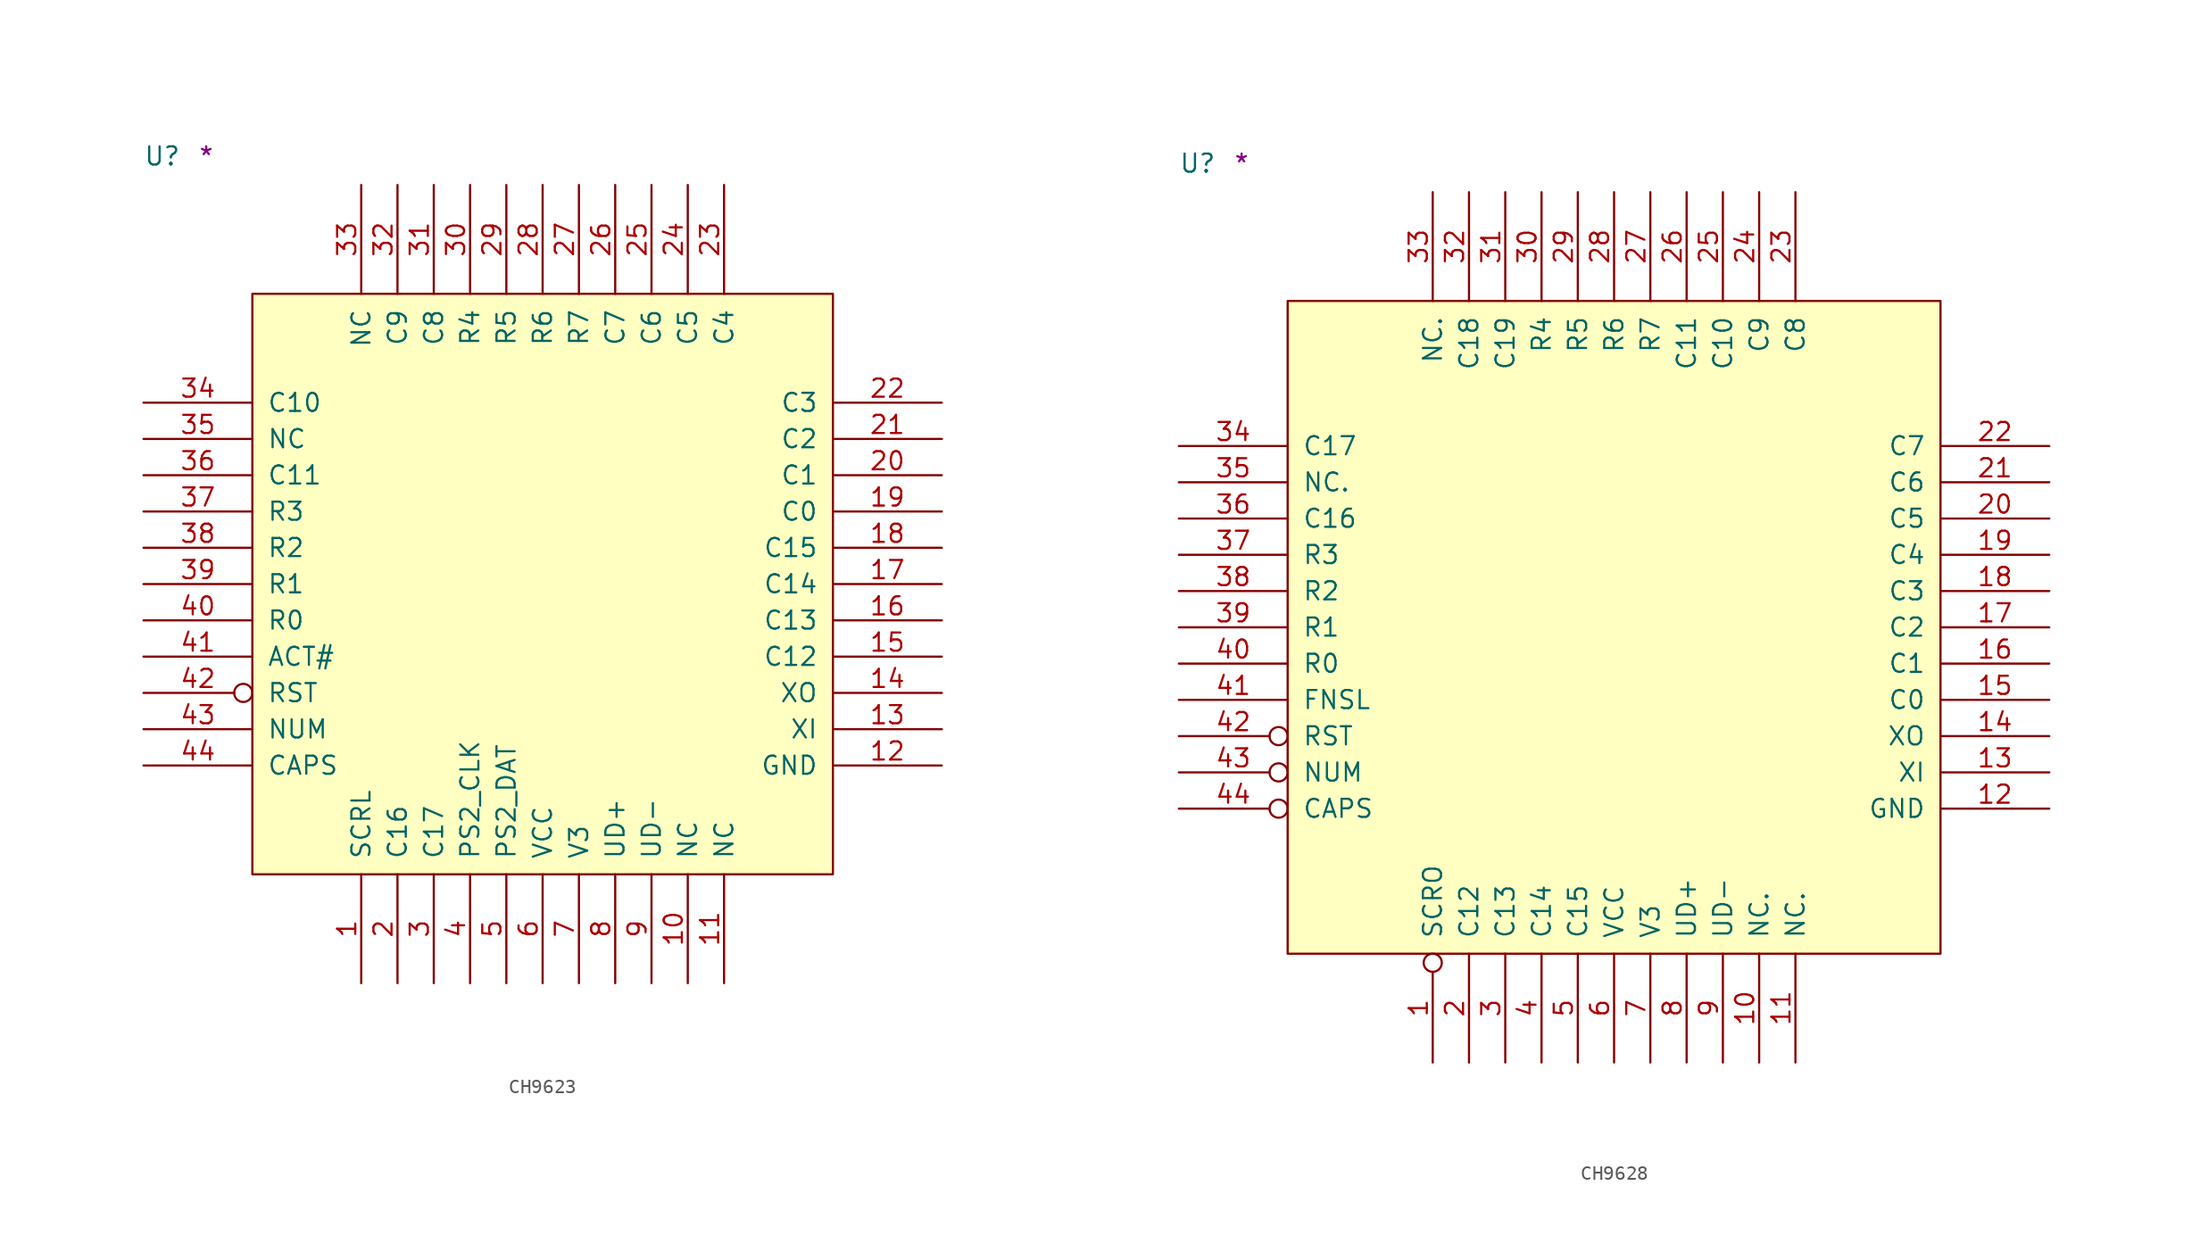
<source format=kicad_sym>
(kicad_symbol_lib
  (version 20211014)
  (generator kicad_symbol_editor)
  (symbol "CH9623"
    (pin_names
      (offset 1.016))
    (property "Reference" "U"
      (at -7.62 8.89 0)
      (effects (font (size 1.27 1.27)) (justify left bottom)))
    (property "Comment" "*"
      (at -3.81 8.89 0)
      (effects (font (size 1.27 1.27)) (justify left bottom)))
    (symbol "CH9623_1_1"
      (rectangle (start 0 -40.64) (end 40.64 0) (stroke (width 0) (type default) (color 0 0 0 0)) (fill (type background)))
      (pin bidirectional line (at 7.62 -48.26 90) (length 7.62) (name "SCRL" (effects (font (size 1.27 1.27)))) (number "1" (effects (font (size 1.27 1.27)))))
      (pin passive line (at 30.48 -48.26 90) (length 7.62) (name "NC" (effects (font (size 1.27 1.27)))) (number "10" (effects (font (size 1.27 1.27)))))
      (pin passive line (at 33.02 -48.26 90) (length 7.62) (name "NC" (effects (font (size 1.27 1.27)))) (number "11" (effects (font (size 1.27 1.27)))))
      (pin power_in line (at 48.26 -33.02 180) (length 7.62) (name "GND" (effects (font (size 1.27 1.27)))) (number "12" (effects (font (size 1.27 1.27)))))
      (pin input line (at 48.26 -30.48 180) (length 7.62) (name "XI" (effects (font (size 1.27 1.27)))) (number "13" (effects (font (size 1.27 1.27)))))
      (pin output line (at 48.26 -27.94 180) (length 7.62) (name "XO" (effects (font (size 1.27 1.27)))) (number "14" (effects (font (size 1.27 1.27)))))
      (pin bidirectional line (at 48.26 -25.4 180) (length 7.62) (name "C12" (effects (font (size 1.27 1.27)))) (number "15" (effects (font (size 1.27 1.27)))))
      (pin bidirectional line (at 48.26 -22.86 180) (length 7.62) (name "C13" (effects (font (size 1.27 1.27)))) (number "16" (effects (font (size 1.27 1.27)))))
      (pin bidirectional line (at 48.26 -20.32 180) (length 7.62) (name "C14" (effects (font (size 1.27 1.27)))) (number "17" (effects (font (size 1.27 1.27)))))
      (pin bidirectional line (at 48.26 -17.78 180) (length 7.62) (name "C15" (effects (font (size 1.27 1.27)))) (number "18" (effects (font (size 1.27 1.27)))))
      (pin bidirectional line (at 48.26 -15.24 180) (length 7.62) (name "C0" (effects (font (size 1.27 1.27)))) (number "19" (effects (font (size 1.27 1.27)))))
      (pin bidirectional line (at 10.16 -48.26 90) (length 7.62) (name "C16" (effects (font (size 1.27 1.27)))) (number "2" (effects (font (size 1.27 1.27)))))
      (pin bidirectional line (at 48.26 -12.7 180) (length 7.62) (name "C1" (effects (font (size 1.27 1.27)))) (number "20" (effects (font (size 1.27 1.27)))))
      (pin bidirectional line (at 48.26 -10.16 180) (length 7.62) (name "C2" (effects (font (size 1.27 1.27)))) (number "21" (effects (font (size 1.27 1.27)))))
      (pin bidirectional line (at 48.26 -7.62 180) (length 7.62) (name "C3" (effects (font (size 1.27 1.27)))) (number "22" (effects (font (size 1.27 1.27)))))
      (pin bidirectional line (at 33.02 7.62 270) (length 7.62) (name "C4" (effects (font (size 1.27 1.27)))) (number "23" (effects (font (size 1.27 1.27)))))
      (pin bidirectional line (at 30.48 7.62 270) (length 7.62) (name "C5" (effects (font (size 1.27 1.27)))) (number "24" (effects (font (size 1.27 1.27)))))
      (pin bidirectional line (at 27.94 7.62 270) (length 7.62) (name "C6" (effects (font (size 1.27 1.27)))) (number "25" (effects (font (size 1.27 1.27)))))
      (pin bidirectional line (at 25.4 7.62 270) (length 7.62) (name "C7" (effects (font (size 1.27 1.27)))) (number "26" (effects (font (size 1.27 1.27)))))
      (pin input line (at 22.86 7.62 270) (length 7.62) (name "R7" (effects (font (size 1.27 1.27)))) (number "27" (effects (font (size 1.27 1.27)))))
      (pin input line (at 20.32 7.62 270) (length 7.62) (name "R6" (effects (font (size 1.27 1.27)))) (number "28" (effects (font (size 1.27 1.27)))))
      (pin input line (at 17.78 7.62 270) (length 7.62) (name "R5" (effects (font (size 1.27 1.27)))) (number "29" (effects (font (size 1.27 1.27)))))
      (pin bidirectional line (at 12.7 -48.26 90) (length 7.62) (name "C17" (effects (font (size 1.27 1.27)))) (number "3" (effects (font (size 1.27 1.27)))))
      (pin input line (at 15.24 7.62 270) (length 7.62) (name "R4" (effects (font (size 1.27 1.27)))) (number "30" (effects (font (size 1.27 1.27)))))
      (pin bidirectional line (at 12.7 7.62 270) (length 7.62) (name "C8" (effects (font (size 1.27 1.27)))) (number "31" (effects (font (size 1.27 1.27)))))
      (pin bidirectional line (at 10.16 7.62 270) (length 7.62) (name "C9" (effects (font (size 1.27 1.27)))) (number "32" (effects (font (size 1.27 1.27)))))
      (pin passive line (at 7.62 7.62 270) (length 7.62) (name "NC" (effects (font (size 1.27 1.27)))) (number "33" (effects (font (size 1.27 1.27)))))
      (pin bidirectional line (at -7.62 -7.62 0) (length 7.62) (name "C10" (effects (font (size 1.27 1.27)))) (number "34" (effects (font (size 1.27 1.27)))))
      (pin passive line (at -7.62 -10.16 0) (length 7.62) (name "NC" (effects (font (size 1.27 1.27)))) (number "35" (effects (font (size 1.27 1.27)))))
      (pin bidirectional line (at -7.62 -12.7 0) (length 7.62) (name "C11" (effects (font (size 1.27 1.27)))) (number "36" (effects (font (size 1.27 1.27)))))
      (pin input line (at -7.62 -15.24 0) (length 7.62) (name "R3" (effects (font (size 1.27 1.27)))) (number "37" (effects (font (size 1.27 1.27)))))
      (pin input line (at -7.62 -17.78 0) (length 7.62) (name "R2" (effects (font (size 1.27 1.27)))) (number "38" (effects (font (size 1.27 1.27)))))
      (pin input line (at -7.62 -20.32 0) (length 7.62) (name "R1" (effects (font (size 1.27 1.27)))) (number "39" (effects (font (size 1.27 1.27)))))
      (pin bidirectional line (at 15.24 -48.26 90) (length 7.62) (name "PS2_CLK" (effects (font (size 1.27 1.27)))) (number "4" (effects (font (size 1.27 1.27)))))
      (pin input line (at -7.62 -22.86 0) (length 7.62) (name "R0" (effects (font (size 1.27 1.27)))) (number "40" (effects (font (size 1.27 1.27)))))
      (pin bidirectional line (at -7.62 -25.4 0) (length 7.62) (name "ACT#" (effects (font (size 1.27 1.27)))) (number "41" (effects (font (size 1.27 1.27)))))
      (pin input inverted (at -7.62 -27.94 0) (length 7.62) (name "RST" (effects (font (size 1.27 1.27)))) (number "42" (effects (font (size 1.27 1.27)))))
      (pin bidirectional line (at -7.62 -30.48 0) (length 7.62) (name "NUM" (effects (font (size 1.27 1.27)))) (number "43" (effects (font (size 1.27 1.27)))))
      (pin bidirectional line (at -7.62 -33.02 0) (length 7.62) (name "CAPS" (effects (font (size 1.27 1.27)))) (number "44" (effects (font (size 1.27 1.27)))))
      (pin bidirectional line (at 17.78 -48.26 90) (length 7.62) (name "PS2_DAT" (effects (font (size 1.27 1.27)))) (number "5" (effects (font (size 1.27 1.27)))))
      (pin power_in line (at 20.32 -48.26 90) (length 7.62) (name "VCC" (effects (font (size 1.27 1.27)))) (number "6" (effects (font (size 1.27 1.27)))))
      (pin power_in line (at 22.86 -48.26 90) (length 7.62) (name "V3" (effects (font (size 1.27 1.27)))) (number "7" (effects (font (size 1.27 1.27)))))
      (pin bidirectional line (at 25.4 -48.26 90) (length 7.62) (name "UD+" (effects (font (size 1.27 1.27)))) (number "8" (effects (font (size 1.27 1.27)))))
      (pin bidirectional line (at 27.94 -48.26 90) (length 7.62) (name "UD-" (effects (font (size 1.27 1.27)))) (number "9" (effects (font (size 1.27 1.27)))))))
  (symbol "CH9628"
    (pin_names
      (offset 1.016))
    (property "Reference" "U"
      (at -7.62 8.89 0)
      (effects (font (size 1.27 1.27)) (justify left bottom)))
    (property "Comment" "*"
      (at -3.81 8.89 0)
      (effects (font (size 1.27 1.27)) (justify left bottom)))
    (symbol "CH9628_1_1"
      (rectangle (start 0 -45.72) (end 45.72 0) (stroke (width 0) (type default) (color 0 0 0 0)) (fill (type background)))
      (pin output inverted (at 10.16 -53.34 90) (length 7.62) (name "SCRO" (effects (font (size 1.27 1.27)))) (number "1" (effects (font (size 1.27 1.27)))))
      (pin passive line (at 33.02 -53.34 90) (length 7.62) (name "NC." (effects (font (size 1.27 1.27)))) (number "10" (effects (font (size 1.27 1.27)))))
      (pin passive line (at 35.56 -53.34 90) (length 7.62) (name "NC." (effects (font (size 1.27 1.27)))) (number "11" (effects (font (size 1.27 1.27)))))
      (pin power_in line (at 53.34 -35.56 180) (length 7.62) (name "GND" (effects (font (size 1.27 1.27)))) (number "12" (effects (font (size 1.27 1.27)))))
      (pin input line (at 53.34 -33.02 180) (length 7.62) (name "XI" (effects (font (size 1.27 1.27)))) (number "13" (effects (font (size 1.27 1.27)))))
      (pin output line (at 53.34 -30.48 180) (length 7.62) (name "XO" (effects (font (size 1.27 1.27)))) (number "14" (effects (font (size 1.27 1.27)))))
      (pin output line (at 53.34 -27.94 180) (length 7.62) (name "C0" (effects (font (size 1.27 1.27)))) (number "15" (effects (font (size 1.27 1.27)))))
      (pin output line (at 53.34 -25.4 180) (length 7.62) (name "C1" (effects (font (size 1.27 1.27)))) (number "16" (effects (font (size 1.27 1.27)))))
      (pin output line (at 53.34 -22.86 180) (length 7.62) (name "C2" (effects (font (size 1.27 1.27)))) (number "17" (effects (font (size 1.27 1.27)))))
      (pin output line (at 53.34 -20.32 180) (length 7.62) (name "C3" (effects (font (size 1.27 1.27)))) (number "18" (effects (font (size 1.27 1.27)))))
      (pin output line (at 53.34 -17.78 180) (length 7.62) (name "C4" (effects (font (size 1.27 1.27)))) (number "19" (effects (font (size 1.27 1.27)))))
      (pin output line (at 12.7 -53.34 90) (length 7.62) (name "C12" (effects (font (size 1.27 1.27)))) (number "2" (effects (font (size 1.27 1.27)))))
      (pin output line (at 53.34 -15.24 180) (length 7.62) (name "C5" (effects (font (size 1.27 1.27)))) (number "20" (effects (font (size 1.27 1.27)))))
      (pin output line (at 53.34 -12.7 180) (length 7.62) (name "C6" (effects (font (size 1.27 1.27)))) (number "21" (effects (font (size 1.27 1.27)))))
      (pin output line (at 53.34 -10.16 180) (length 7.62) (name "C7" (effects (font (size 1.27 1.27)))) (number "22" (effects (font (size 1.27 1.27)))))
      (pin output line (at 35.56 7.62 270) (length 7.62) (name "C8" (effects (font (size 1.27 1.27)))) (number "23" (effects (font (size 1.27 1.27)))))
      (pin output line (at 33.02 7.62 270) (length 7.62) (name "C9" (effects (font (size 1.27 1.27)))) (number "24" (effects (font (size 1.27 1.27)))))
      (pin output line (at 30.48 7.62 270) (length 7.62) (name "C10" (effects (font (size 1.27 1.27)))) (number "25" (effects (font (size 1.27 1.27)))))
      (pin output line (at 27.94 7.62 270) (length 7.62) (name "C11" (effects (font (size 1.27 1.27)))) (number "26" (effects (font (size 1.27 1.27)))))
      (pin input line (at 25.4 7.62 270) (length 7.62) (name "R7" (effects (font (size 1.27 1.27)))) (number "27" (effects (font (size 1.27 1.27)))))
      (pin input line (at 22.86 7.62 270) (length 7.62) (name "R6" (effects (font (size 1.27 1.27)))) (number "28" (effects (font (size 1.27 1.27)))))
      (pin input line (at 20.32 7.62 270) (length 7.62) (name "R5" (effects (font (size 1.27 1.27)))) (number "29" (effects (font (size 1.27 1.27)))))
      (pin output line (at 15.24 -53.34 90) (length 7.62) (name "C13" (effects (font (size 1.27 1.27)))) (number "3" (effects (font (size 1.27 1.27)))))
      (pin input line (at 17.78 7.62 270) (length 7.62) (name "R4" (effects (font (size 1.27 1.27)))) (number "30" (effects (font (size 1.27 1.27)))))
      (pin output line (at 15.24 7.62 270) (length 7.62) (name "C19" (effects (font (size 1.27 1.27)))) (number "31" (effects (font (size 1.27 1.27)))))
      (pin output line (at 12.7 7.62 270) (length 7.62) (name "C18" (effects (font (size 1.27 1.27)))) (number "32" (effects (font (size 1.27 1.27)))))
      (pin passive line (at 10.16 7.62 270) (length 7.62) (name "NC." (effects (font (size 1.27 1.27)))) (number "33" (effects (font (size 1.27 1.27)))))
      (pin output line (at -7.62 -10.16 0) (length 7.62) (name "C17" (effects (font (size 1.27 1.27)))) (number "34" (effects (font (size 1.27 1.27)))))
      (pin passive line (at -7.62 -12.7 0) (length 7.62) (name "NC." (effects (font (size 1.27 1.27)))) (number "35" (effects (font (size 1.27 1.27)))))
      (pin output line (at -7.62 -15.24 0) (length 7.62) (name "C16" (effects (font (size 1.27 1.27)))) (number "36" (effects (font (size 1.27 1.27)))))
      (pin input line (at -7.62 -17.78 0) (length 7.62) (name "R3" (effects (font (size 1.27 1.27)))) (number "37" (effects (font (size 1.27 1.27)))))
      (pin input line (at -7.62 -20.32 0) (length 7.62) (name "R2" (effects (font (size 1.27 1.27)))) (number "38" (effects (font (size 1.27 1.27)))))
      (pin input line (at -7.62 -22.86 0) (length 7.62) (name "R1" (effects (font (size 1.27 1.27)))) (number "39" (effects (font (size 1.27 1.27)))))
      (pin output line (at 17.78 -53.34 90) (length 7.62) (name "C14" (effects (font (size 1.27 1.27)))) (number "4" (effects (font (size 1.27 1.27)))))
      (pin input line (at -7.62 -25.4 0) (length 7.62) (name "R0" (effects (font (size 1.27 1.27)))) (number "40" (effects (font (size 1.27 1.27)))))
      (pin input line (at -7.62 -27.94 0) (length 7.62) (name "FNSL" (effects (font (size 1.27 1.27)))) (number "41" (effects (font (size 1.27 1.27)))))
      (pin input inverted (at -7.62 -30.48 0) (length 7.62) (name "RST" (effects (font (size 1.27 1.27)))) (number "42" (effects (font (size 1.27 1.27)))))
      (pin output inverted (at -7.62 -33.02 0) (length 7.62) (name "NUM" (effects (font (size 1.27 1.27)))) (number "43" (effects (font (size 1.27 1.27)))))
      (pin output inverted (at -7.62 -35.56 0) (length 7.62) (name "CAPS" (effects (font (size 1.27 1.27)))) (number "44" (effects (font (size 1.27 1.27)))))
      (pin output line (at 20.32 -53.34 90) (length 7.62) (name "C15" (effects (font (size 1.27 1.27)))) (number "5" (effects (font (size 1.27 1.27)))))
      (pin power_in line (at 22.86 -53.34 90) (length 7.62) (name "VCC" (effects (font (size 1.27 1.27)))) (number "6" (effects (font (size 1.27 1.27)))))
      (pin power_in line (at 25.4 -53.34 90) (length 7.62) (name "V3" (effects (font (size 1.27 1.27)))) (number "7" (effects (font (size 1.27 1.27)))))
      (pin bidirectional line (at 27.94 -53.34 90) (length 7.62) (name "UD+" (effects (font (size 1.27 1.27)))) (number "8" (effects (font (size 1.27 1.27)))))
      (pin bidirectional line (at 30.48 -53.34 90) (length 7.62) (name "UD-" (effects (font (size 1.27 1.27)))) (number "9" (effects (font (size 1.27 1.27))))))))
</source>
